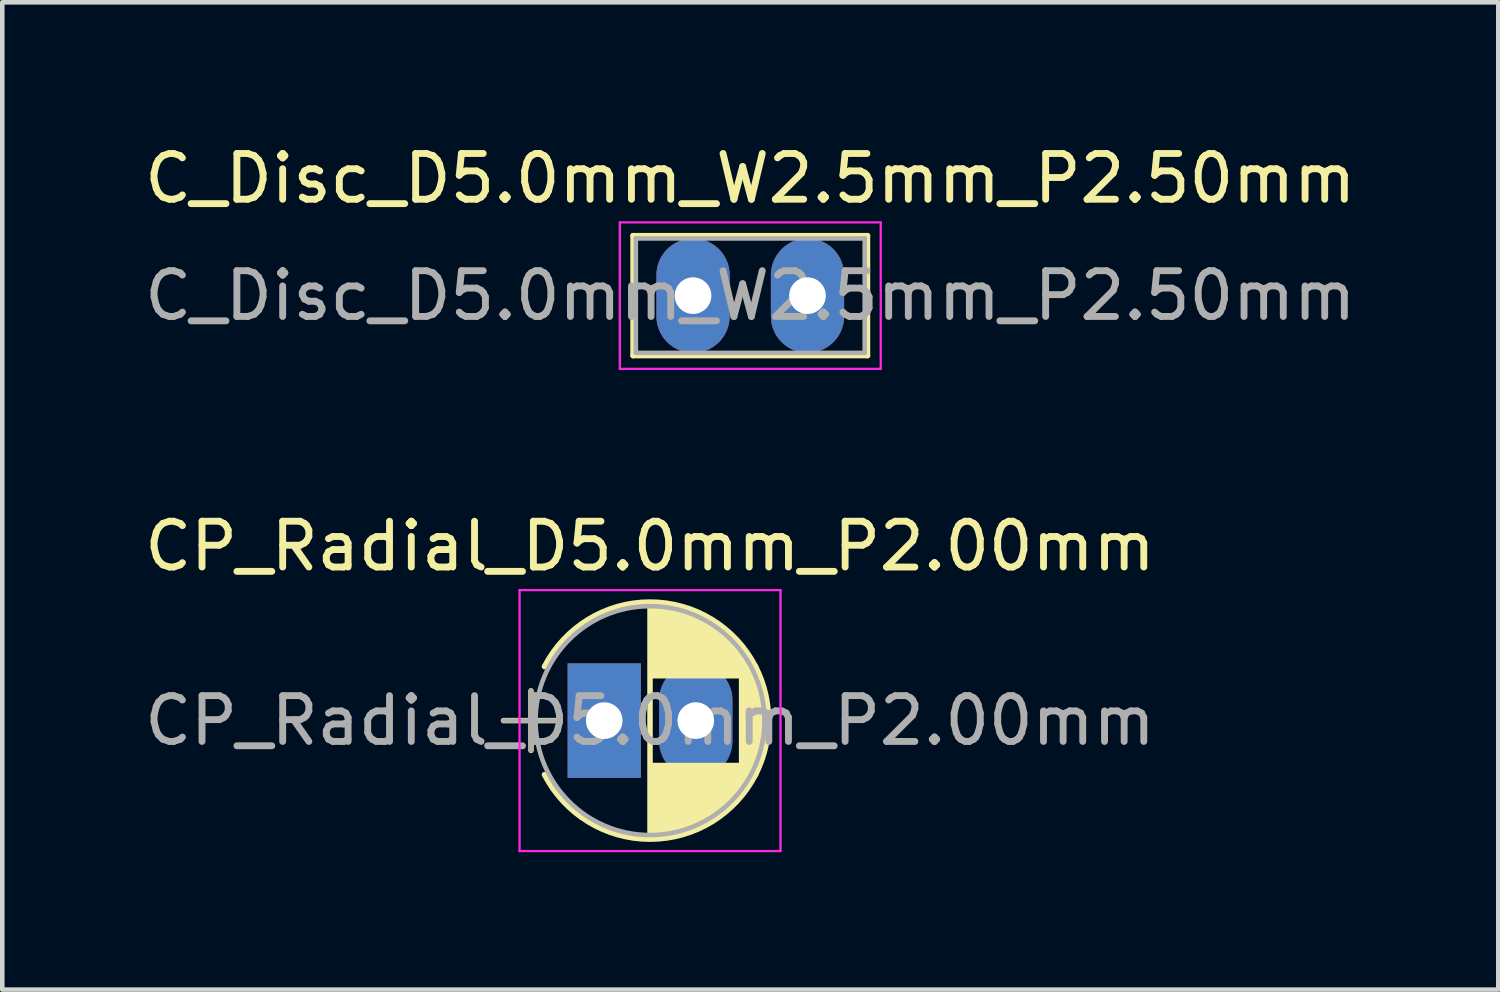
<source format=kicad_pcb>
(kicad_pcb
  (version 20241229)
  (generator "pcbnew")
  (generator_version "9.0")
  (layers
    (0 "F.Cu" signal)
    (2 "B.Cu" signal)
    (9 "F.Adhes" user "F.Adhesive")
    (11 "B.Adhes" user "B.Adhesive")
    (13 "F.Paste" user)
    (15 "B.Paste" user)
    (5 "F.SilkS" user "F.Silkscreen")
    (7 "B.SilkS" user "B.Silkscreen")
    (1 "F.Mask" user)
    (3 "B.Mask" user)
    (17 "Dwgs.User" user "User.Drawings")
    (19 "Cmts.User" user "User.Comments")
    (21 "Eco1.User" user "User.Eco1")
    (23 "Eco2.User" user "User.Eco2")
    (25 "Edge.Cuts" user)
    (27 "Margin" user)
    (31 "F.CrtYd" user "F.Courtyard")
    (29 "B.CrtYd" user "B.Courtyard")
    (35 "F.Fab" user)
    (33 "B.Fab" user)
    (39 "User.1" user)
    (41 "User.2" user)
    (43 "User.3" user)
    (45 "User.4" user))
  (footprint "CP_Radial_D5.0mm_P2.00mm"
    (layer "F.Cu")
    (at 10.149 12.691)
    (property "Reference" "CP_Radial_D5.0mm_P2.00mm" (at 1 -3.81 0) (layer "F.SilkS") (effects (font (size 1 1) (thickness 0.15))))
    (attr through_hole)
    (fp_line (start -2.2 0) (end -1 0) (stroke (width 0.12) (type solid)) (layer "F.SilkS"))
    (fp_line (start -1.6 -0.65) (end -1.6 0.65) (stroke (width 0.12) (type solid)) (layer "F.SilkS"))
    (fp_line (start 1 -2.55) (end 1 2.55) (stroke (width 0.12) (type solid)) (layer "F.SilkS"))
    (fp_line (start 1.04 -2.55) (end 1.04 -0.98) (stroke (width 0.12) (type solid)) (layer "F.SilkS"))
    (fp_line (start 1.04 0.98) (end 1.04 2.55) (stroke (width 0.12) (type solid)) (layer "F.SilkS"))
    (fp_line (start 1.08 -2.549) (end 1.08 -0.98) (stroke (width 0.12) (type solid)) (layer "F.SilkS"))
    (fp_line (start 1.08 0.98) (end 1.08 2.549) (stroke (width 0.12) (type solid)) (layer "F.SilkS"))
    (fp_line (start 1.12 -2.548) (end 1.12 -0.98) (stroke (width 0.12) (type solid)) (layer "F.SilkS"))
    (fp_line (start 1.12 0.98) (end 1.12 2.548) (stroke (width 0.12) (type solid)) (layer "F.SilkS"))
    (fp_line (start 1.16 -2.546) (end 1.16 -0.98) (stroke (width 0.12) (type solid)) (layer "F.SilkS"))
    (fp_line (start 1.16 0.98) (end 1.16 2.546) (stroke (width 0.12) (type solid)) (layer "F.SilkS"))
    (fp_line (start 1.2 -2.543) (end 1.2 -0.98) (stroke (width 0.12) (type solid)) (layer "F.SilkS"))
    (fp_line (start 1.2 0.98) (end 1.2 2.543) (stroke (width 0.12) (type solid)) (layer "F.SilkS"))
    (fp_line (start 1.24 -2.539) (end 1.24 -0.98) (stroke (width 0.12) (type solid)) (layer "F.SilkS"))
    (fp_line (start 1.24 0.98) (end 1.24 2.539) (stroke (width 0.12) (type solid)) (layer "F.SilkS"))
    (fp_line (start 1.28 -2.535) (end 1.28 -0.98) (stroke (width 0.12) (type solid)) (layer "F.SilkS"))
    (fp_line (start 1.28 0.98) (end 1.28 2.535) (stroke (width 0.12) (type solid)) (layer "F.SilkS"))
    (fp_line (start 1.32 -2.531) (end 1.32 -0.98) (stroke (width 0.12) (type solid)) (layer "F.SilkS"))
    (fp_line (start 1.32 0.98) (end 1.32 2.531) (stroke (width 0.12) (type solid)) (layer "F.SilkS"))
    (fp_line (start 1.36 -2.525) (end 1.36 -0.98) (stroke (width 0.12) (type solid)) (layer "F.SilkS"))
    (fp_line (start 1.36 0.98) (end 1.36 2.525) (stroke (width 0.12) (type solid)) (layer "F.SilkS"))
    (fp_line (start 1.4 -2.519) (end 1.4 -0.98) (stroke (width 0.12) (type solid)) (layer "F.SilkS"))
    (fp_line (start 1.4 0.98) (end 1.4 2.519) (stroke (width 0.12) (type solid)) (layer "F.SilkS"))
    (fp_line (start 1.44 -2.513) (end 1.44 -0.98) (stroke (width 0.12) (type solid)) (layer "F.SilkS"))
    (fp_line (start 1.44 0.98) (end 1.44 2.513) (stroke (width 0.12) (type solid)) (layer "F.SilkS"))
    (fp_line (start 1.48 -2.506) (end 1.48 -0.98) (stroke (width 0.12) (type solid)) (layer "F.SilkS"))
    (fp_line (start 1.48 0.98) (end 1.48 2.506) (stroke (width 0.12) (type solid)) (layer "F.SilkS"))
    (fp_line (start 1.52 -2.498) (end 1.52 -0.98) (stroke (width 0.12) (type solid)) (layer "F.SilkS"))
    (fp_line (start 1.52 0.98) (end 1.52 2.498) (stroke (width 0.12) (type solid)) (layer "F.SilkS"))
    (fp_line (start 1.56 -2.489) (end 1.56 -0.98) (stroke (width 0.12) (type solid)) (layer "F.SilkS"))
    (fp_line (start 1.56 0.98) (end 1.56 2.489) (stroke (width 0.12) (type solid)) (layer "F.SilkS"))
    (fp_line (start 1.6 -2.48) (end 1.6 -0.98) (stroke (width 0.12) (type solid)) (layer "F.SilkS"))
    (fp_line (start 1.6 0.98) (end 1.6 2.48) (stroke (width 0.12) (type solid)) (layer "F.SilkS"))
    (fp_line (start 1.64 -2.47) (end 1.64 -0.98) (stroke (width 0.12) (type solid)) (layer "F.SilkS"))
    (fp_line (start 1.64 0.98) (end 1.64 2.47) (stroke (width 0.12) (type solid)) (layer "F.SilkS"))
    (fp_line (start 1.68 -2.46) (end 1.68 -0.98) (stroke (width 0.12) (type solid)) (layer "F.SilkS"))
    (fp_line (start 1.68 0.98) (end 1.68 2.46) (stroke (width 0.12) (type solid)) (layer "F.SilkS"))
    (fp_line (start 1.721 -2.448) (end 1.721 -0.98) (stroke (width 0.12) (type solid)) (layer "F.SilkS"))
    (fp_line (start 1.721 0.98) (end 1.721 2.448) (stroke (width 0.12) (type solid)) (layer "F.SilkS"))
    (fp_line (start 1.761 -2.436) (end 1.761 -0.98) (stroke (width 0.12) (type solid)) (layer "F.SilkS"))
    (fp_line (start 1.761 0.98) (end 1.761 2.436) (stroke (width 0.12) (type solid)) (layer "F.SilkS"))
    (fp_line (start 1.801 -2.424) (end 1.801 -0.98) (stroke (width 0.12) (type solid)) (layer "F.SilkS"))
    (fp_line (start 1.801 0.98) (end 1.801 2.424) (stroke (width 0.12) (type solid)) (layer "F.SilkS"))
    (fp_line (start 1.841 -2.41) (end 1.841 -0.98) (stroke (width 0.12) (type solid)) (layer "F.SilkS"))
    (fp_line (start 1.841 0.98) (end 1.841 2.41) (stroke (width 0.12) (type solid)) (layer "F.SilkS"))
    (fp_line (start 1.881 -2.396) (end 1.881 -0.98) (stroke (width 0.12) (type solid)) (layer "F.SilkS"))
    (fp_line (start 1.881 0.98) (end 1.881 2.396) (stroke (width 0.12) (type solid)) (layer "F.SilkS"))
    (fp_line (start 1.921 -2.382) (end 1.921 -0.98) (stroke (width 0.12) (type solid)) (layer "F.SilkS"))
    (fp_line (start 1.921 0.98) (end 1.921 2.382) (stroke (width 0.12) (type solid)) (layer "F.SilkS"))
    (fp_line (start 1.961 -2.366) (end 1.961 -0.98) (stroke (width 0.12) (type solid)) (layer "F.SilkS"))
    (fp_line (start 1.961 0.98) (end 1.961 2.366) (stroke (width 0.12) (type solid)) (layer "F.SilkS"))
    (fp_line (start 2.001 -2.35) (end 2.001 -0.98) (stroke (width 0.12) (type solid)) (layer "F.SilkS"))
    (fp_line (start 2.001 0.98) (end 2.001 2.35) (stroke (width 0.12) (type solid)) (layer "F.SilkS"))
    (fp_line (start 2.041 -2.333) (end 2.041 -0.98) (stroke (width 0.12) (type solid)) (layer "F.SilkS"))
    (fp_line (start 2.041 0.98) (end 2.041 2.333) (stroke (width 0.12) (type solid)) (layer "F.SilkS"))
    (fp_line (start 2.081 -2.315) (end 2.081 -0.98) (stroke (width 0.12) (type solid)) (layer "F.SilkS"))
    (fp_line (start 2.081 0.98) (end 2.081 2.315) (stroke (width 0.12) (type solid)) (layer "F.SilkS"))
    (fp_line (start 2.121 -2.296) (end 2.121 -0.98) (stroke (width 0.12) (type solid)) (layer "F.SilkS"))
    (fp_line (start 2.121 0.98) (end 2.121 2.296) (stroke (width 0.12) (type solid)) (layer "F.SilkS"))
    (fp_line (start 2.161 -2.276) (end 2.161 -0.98) (stroke (width 0.12) (type solid)) (layer "F.SilkS"))
    (fp_line (start 2.161 0.98) (end 2.161 2.276) (stroke (width 0.12) (type solid)) (layer "F.SilkS"))
    (fp_line (start 2.201 -2.256) (end 2.201 -0.98) (stroke (width 0.12) (type solid)) (layer "F.SilkS"))
    (fp_line (start 2.201 0.98) (end 2.201 2.256) (stroke (width 0.12) (type solid)) (layer "F.SilkS"))
    (fp_line (start 2.241 -2.234) (end 2.241 -0.98) (stroke (width 0.12) (type solid)) (layer "F.SilkS"))
    (fp_line (start 2.241 0.98) (end 2.241 2.234) (stroke (width 0.12) (type solid)) (layer "F.SilkS"))
    (fp_line (start 2.281 -2.212) (end 2.281 -0.98) (stroke (width 0.12) (type solid)) (layer "F.SilkS"))
    (fp_line (start 2.281 0.98) (end 2.281 2.212) (stroke (width 0.12) (type solid)) (layer "F.SilkS"))
    (fp_line (start 2.321 -2.189) (end 2.321 -0.98) (stroke (width 0.12) (type solid)) (layer "F.SilkS"))
    (fp_line (start 2.321 0.98) (end 2.321 2.189) (stroke (width 0.12) (type solid)) (layer "F.SilkS"))
    (fp_line (start 2.361 -2.165) (end 2.361 -0.98) (stroke (width 0.12) (type solid)) (layer "F.SilkS"))
    (fp_line (start 2.361 0.98) (end 2.361 2.165) (stroke (width 0.12) (type solid)) (layer "F.SilkS"))
    (fp_line (start 2.401 -2.14) (end 2.401 -0.98) (stroke (width 0.12) (type solid)) (layer "F.SilkS"))
    (fp_line (start 2.401 0.98) (end 2.401 2.14) (stroke (width 0.12) (type solid)) (layer "F.SilkS"))
    (fp_line (start 2.441 -2.113) (end 2.441 -0.98) (stroke (width 0.12) (type solid)) (layer "F.SilkS"))
    (fp_line (start 2.441 0.98) (end 2.441 2.113) (stroke (width 0.12) (type solid)) (layer "F.SilkS"))
    (fp_line (start 2.481 -2.086) (end 2.481 -0.98) (stroke (width 0.12) (type solid)) (layer "F.SilkS"))
    (fp_line (start 2.481 0.98) (end 2.481 2.086) (stroke (width 0.12) (type solid)) (layer "F.SilkS"))
    (fp_line (start 2.521 -2.058) (end 2.521 -0.98) (stroke (width 0.12) (type solid)) (layer "F.SilkS"))
    (fp_line (start 2.521 0.98) (end 2.521 2.058) (stroke (width 0.12) (type solid)) (layer "F.SilkS"))
    (fp_line (start 2.561 -2.028) (end 2.561 -0.98) (stroke (width 0.12) (type solid)) (layer "F.SilkS"))
    (fp_line (start 2.561 0.98) (end 2.561 2.028) (stroke (width 0.12) (type solid)) (layer "F.SilkS"))
    (fp_line (start 2.601 -1.997) (end 2.601 -0.98) (stroke (width 0.12) (type solid)) (layer "F.SilkS"))
    (fp_line (start 2.601 0.98) (end 2.601 1.997) (stroke (width 0.12) (type solid)) (layer "F.SilkS"))
    (fp_line (start 2.641 -1.965) (end 2.641 -0.98) (stroke (width 0.12) (type solid)) (layer "F.SilkS"))
    (fp_line (start 2.641 0.98) (end 2.641 1.965) (stroke (width 0.12) (type solid)) (layer "F.SilkS"))
    (fp_line (start 2.681 -1.932) (end 2.681 -0.98) (stroke (width 0.12) (type solid)) (layer "F.SilkS"))
    (fp_line (start 2.681 0.98) (end 2.681 1.932) (stroke (width 0.12) (type solid)) (layer "F.SilkS"))
    (fp_line (start 2.721 -1.897) (end 2.721 -0.98) (stroke (width 0.12) (type solid)) (layer "F.SilkS"))
    (fp_line (start 2.721 0.98) (end 2.721 1.897) (stroke (width 0.12) (type solid)) (layer "F.SilkS"))
    (fp_line (start 2.761 -1.861) (end 2.761 -0.98) (stroke (width 0.12) (type solid)) (layer "F.SilkS"))
    (fp_line (start 2.761 0.98) (end 2.761 1.861) (stroke (width 0.12) (type solid)) (layer "F.SilkS"))
    (fp_line (start 2.801 -1.823) (end 2.801 -0.98) (stroke (width 0.12) (type solid)) (layer "F.SilkS"))
    (fp_line (start 2.801 0.98) (end 2.801 1.823) (stroke (width 0.12) (type solid)) (layer "F.SilkS"))
    (fp_line (start 2.841 -1.783) (end 2.841 -0.98) (stroke (width 0.12) (type solid)) (layer "F.SilkS"))
    (fp_line (start 2.841 0.98) (end 2.841 1.783) (stroke (width 0.12) (type solid)) (layer "F.SilkS"))
    (fp_line (start 2.881 -1.742) (end 2.881 -0.98) (stroke (width 0.12) (type solid)) (layer "F.SilkS"))
    (fp_line (start 2.881 0.98) (end 2.881 1.742) (stroke (width 0.12) (type solid)) (layer "F.SilkS"))
    (fp_line (start 2.921 -1.699) (end 2.921 -0.98) (stroke (width 0.12) (type solid)) (layer "F.SilkS"))
    (fp_line (start 2.921 0.98) (end 2.921 1.699) (stroke (width 0.12) (type solid)) (layer "F.SilkS"))
    (fp_line (start 2.961 -1.654) (end 2.961 -0.98) (stroke (width 0.12) (type solid)) (layer "F.SilkS"))
    (fp_line (start 2.961 0.98) (end 2.961 1.654) (stroke (width 0.12) (type solid)) (layer "F.SilkS"))
    (fp_line (start 3.001 -1.606) (end 3.001 1.606) (stroke (width 0.12) (type solid)) (layer "F.SilkS"))
    (fp_line (start 3.041 -1.556) (end 3.041 1.556) (stroke (width 0.12) (type solid)) (layer "F.SilkS"))
    (fp_line (start 3.081 -1.504) (end 3.081 1.504) (stroke (width 0.12) (type solid)) (layer "F.SilkS"))
    (fp_line (start 3.121 -1.448) (end 3.121 1.448) (stroke (width 0.12) (type solid)) (layer "F.SilkS"))
    (fp_line (start 3.161 -1.39) (end 3.161 1.39) (stroke (width 0.12) (type solid)) (layer "F.SilkS"))
    (fp_line (start 3.201 -1.327) (end 3.201 1.327) (stroke (width 0.12) (type solid)) (layer "F.SilkS"))
    (fp_line (start 3.241 -1.261) (end 3.241 1.261) (stroke (width 0.12) (type solid)) (layer "F.SilkS"))
    (fp_line (start 3.281 -1.189) (end 3.281 1.189) (stroke (width 0.12) (type solid)) (layer "F.SilkS"))
    (fp_line (start 3.321 -1.112) (end 3.321 1.112) (stroke (width 0.12) (type solid)) (layer "F.SilkS"))
    (fp_line (start 3.361 -1.028) (end 3.361 1.028) (stroke (width 0.12) (type solid)) (layer "F.SilkS"))
    (fp_line (start 3.401 -0.934) (end 3.401 0.934) (stroke (width 0.12) (type solid)) (layer "F.SilkS"))
    (fp_line (start 3.441 -0.829) (end 3.441 0.829) (stroke (width 0.12) (type solid)) (layer "F.SilkS"))
    (fp_line (start 3.481 -0.707) (end 3.481 0.707) (stroke (width 0.12) (type solid)) (layer "F.SilkS"))
    (fp_line (start 3.521 -0.559) (end 3.521 0.559) (stroke (width 0.12) (type solid)) (layer "F.SilkS"))
    (fp_line (start 3.561 -0.354) (end 3.561 0.354) (stroke (width 0.12) (type solid)) (layer "F.SilkS"))
    (fp_arc (start -1.30558 -1.18) (mid 1.000156 -2.59) (end 3.305722 -1.179722) (stroke (width 0.12) (type solid)) (layer "F.SilkS"))
    (fp_arc (start 3.30558 -1.18) (mid 3.59 -0.000156) (end 3.305722 1.179722) (stroke (width 0.12) (type solid)) (layer "F.SilkS"))
    (fp_arc (start 3.305722 1.179722) (mid 1.000156 2.59) (end -1.30558 1.18) (stroke (width 0.12) (type solid)) (layer "F.SilkS"))
    (fp_line (start -1.85 -2.85) (end -1.85 2.85) (stroke (width 0.05) (type solid)) (layer "F.CrtYd"))
    (fp_line (start -1.85 2.85) (end 3.85 2.85) (stroke (width 0.05) (type solid)) (layer "F.CrtYd"))
    (fp_line (start 3.85 -2.85) (end -1.85 -2.85) (stroke (width 0.05) (type solid)) (layer "F.CrtYd"))
    (fp_line (start 3.85 2.85) (end 3.85 -2.85) (stroke (width 0.05) (type solid)) (layer "F.CrtYd"))
    (fp_line (start -2.2 0) (end -1 0) (stroke (width 0.1) (type solid)) (layer "F.Fab"))
    (fp_line (start -1.6 -0.65) (end -1.6 0.65) (stroke (width 0.1) (type solid)) (layer "F.Fab"))
    (fp_circle (center 1 0) (end 3.5 0) (stroke (width 0.1) (type solid)) (fill no) (layer "F.Fab"))
    (fp_text user "${REFERENCE}" (at 1 0 0) (layer "F.Fab") (effects (font (size 1 1) (thickness 0.15))))
    (pad "1" thru_hole rect (at 0 0) (size 1.6 2.5) (drill 0.8) (layers "*.Cu" "*.Mask"))
    (pad "2" thru_hole oval (at 2 0) (size 1.6 2.5) (drill 0.8) (layers "*.Cu" "*.Mask")))
  (footprint "C_Disc_D5.0mm_W2.5mm_P2.50mm"
    (layer "F.Cu")
    (at 12.089 3.408)
    (property "Reference" "C_Disc_D5.0mm_W2.5mm_P2.50mm" (at 1.25 -2.56 0) (layer "F.SilkS") (effects (font (size 1 1) (thickness 0.15))))
    (attr through_hole)
    (fp_line (start -1.31 -1.31) (end -1.31 1.31) (stroke (width 0.12) (type solid)) (layer "F.SilkS"))
    (fp_line (start -1.31 -1.31) (end 3.81 -1.31) (stroke (width 0.12) (type solid)) (layer "F.SilkS"))
    (fp_line (start -1.31 1.31) (end 3.81 1.31) (stroke (width 0.12) (type solid)) (layer "F.SilkS"))
    (fp_line (start 3.81 -1.31) (end 3.81 1.31) (stroke (width 0.12) (type solid)) (layer "F.SilkS"))
    (fp_line (start -1.6 -1.6) (end -1.6 1.6) (stroke (width 0.05) (type solid)) (layer "F.CrtYd"))
    (fp_line (start -1.6 1.6) (end 4.1 1.6) (stroke (width 0.05) (type solid)) (layer "F.CrtYd"))
    (fp_line (start 4.1 -1.6) (end -1.6 -1.6) (stroke (width 0.05) (type solid)) (layer "F.CrtYd"))
    (fp_line (start 4.1 1.6) (end 4.1 -1.6) (stroke (width 0.05) (type solid)) (layer "F.CrtYd"))
    (fp_line (start -1.25 -1.25) (end -1.25 1.25) (stroke (width 0.1) (type solid)) (layer "F.Fab"))
    (fp_line (start -1.25 1.25) (end 3.75 1.25) (stroke (width 0.1) (type solid)) (layer "F.Fab"))
    (fp_line (start 3.75 -1.25) (end -1.25 -1.25) (stroke (width 0.1) (type solid)) (layer "F.Fab"))
    (fp_line (start 3.75 1.25) (end 3.75 -1.25) (stroke (width 0.1) (type solid)) (layer "F.Fab"))
    (fp_text user "${REFERENCE}" (at 1.25 0 0) (layer "F.Fab") (effects (font (size 1 1) (thickness 0.15))))
    (pad "1" thru_hole oval (at 0 0) (size 1.6 2.5) (drill 0.8) (layers "*.Cu" "*.Mask"))
    (pad "2" thru_hole oval (at 2.5 0) (size 1.6 2.5) (drill 0.8) (layers "*.Cu" "*.Mask")))
  (gr_rect
    (start -3 -3)
    (end 29.679 18.567)
    (stroke (width 0.1) (type default))
    (fill no)
    (layer "Edge.Cuts")))
</source>
